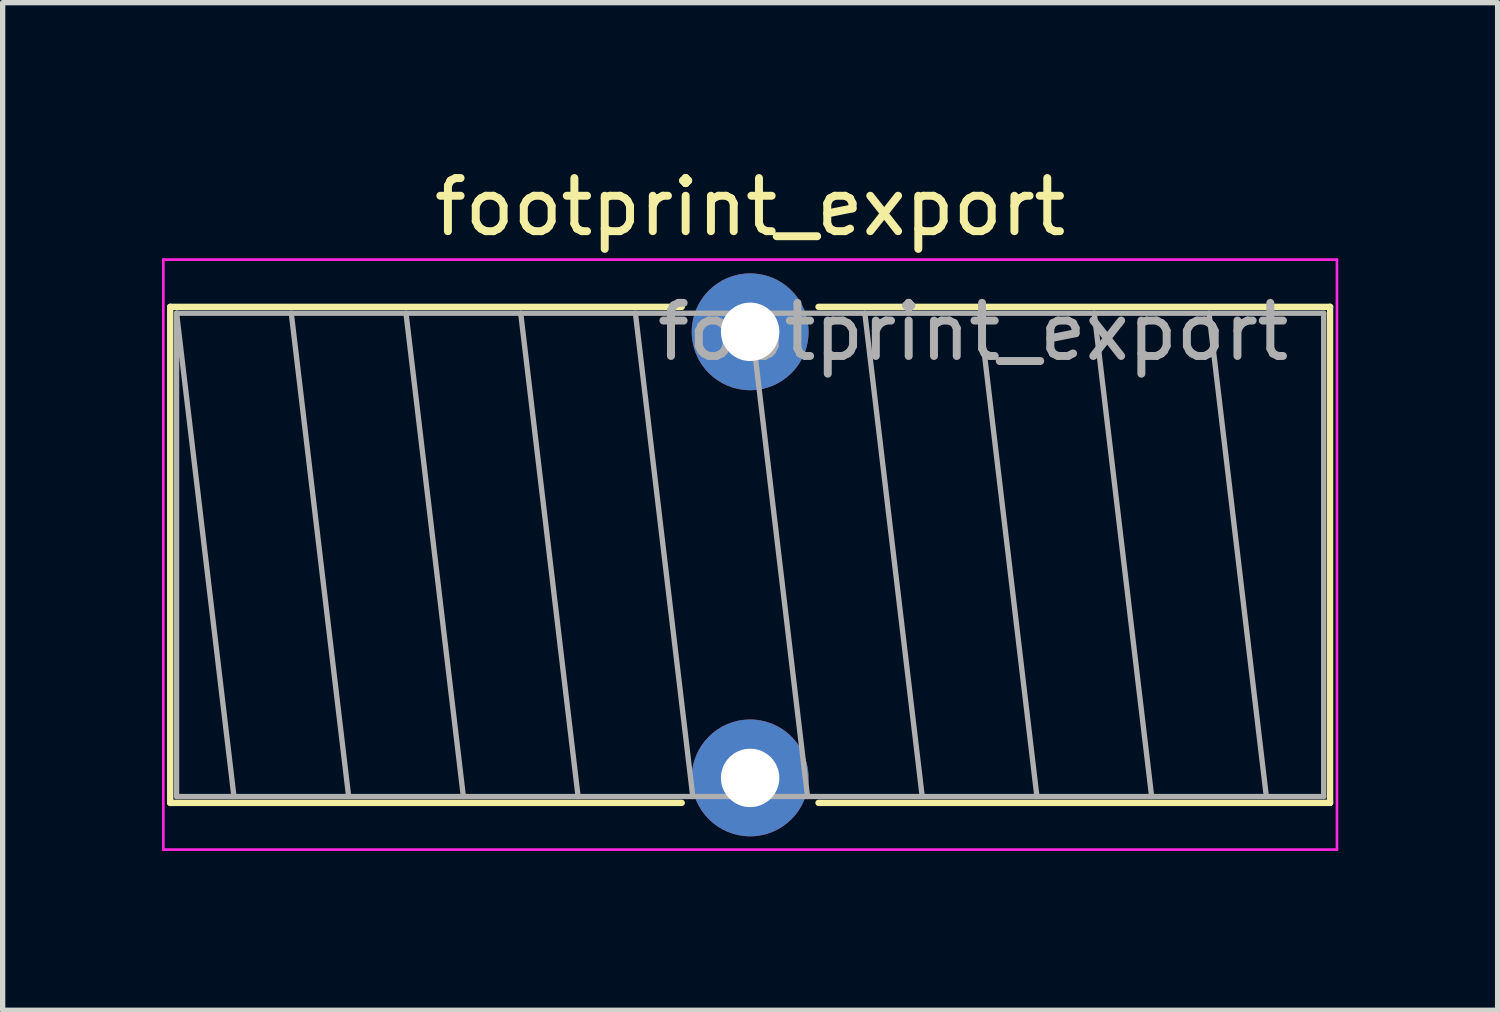
<source format=kicad_pcb>
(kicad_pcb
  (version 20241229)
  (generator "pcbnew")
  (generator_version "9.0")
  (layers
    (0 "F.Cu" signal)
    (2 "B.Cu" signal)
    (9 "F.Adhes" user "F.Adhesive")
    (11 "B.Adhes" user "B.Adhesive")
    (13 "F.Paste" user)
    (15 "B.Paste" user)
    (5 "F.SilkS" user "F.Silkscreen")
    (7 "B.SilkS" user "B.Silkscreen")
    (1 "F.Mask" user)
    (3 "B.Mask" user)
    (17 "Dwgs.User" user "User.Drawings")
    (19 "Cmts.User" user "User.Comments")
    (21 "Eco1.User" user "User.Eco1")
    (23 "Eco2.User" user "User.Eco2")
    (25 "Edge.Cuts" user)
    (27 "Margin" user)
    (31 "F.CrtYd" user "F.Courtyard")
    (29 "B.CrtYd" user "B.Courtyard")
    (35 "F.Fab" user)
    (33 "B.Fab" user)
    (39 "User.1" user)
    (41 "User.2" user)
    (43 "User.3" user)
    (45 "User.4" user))
  (footprint "footprint_export"
    (layer "F.Cu")
    (at 11.075 3.198)
    (property "Reference" "footprint_export" (at 0 -2.35 0) (layer "F.SilkS") (effects (font (size 1 1) (thickness 0.15))))
    (attr through_hole)
    (fp_line (start -10.92 -0.47) (end -10.92 8.87) (stroke (width 0.12) (type solid)) (layer "F.SilkS"))
    (fp_line (start -10.92 -0.47) (end -1.288 -0.47) (stroke (width 0.12) (type solid)) (layer "F.SilkS"))
    (fp_line (start -10.92 8.87) (end -1.288 8.87) (stroke (width 0.12) (type solid)) (layer "F.SilkS"))
    (fp_line (start 1.288 -0.47) (end 10.92 -0.47) (stroke (width 0.12) (type solid)) (layer "F.SilkS"))
    (fp_line (start 1.288 8.87) (end 10.92 8.87) (stroke (width 0.12) (type solid)) (layer "F.SilkS"))
    (fp_line (start 10.92 -0.47) (end 10.92 8.87) (stroke (width 0.12) (type solid)) (layer "F.SilkS"))
    (fp_line (start -11.05 -1.36) (end -11.05 9.75) (stroke (width 0.05) (type solid)) (layer "F.CrtYd"))
    (fp_line (start -11.05 9.75) (end 11.05 9.75) (stroke (width 0.05) (type solid)) (layer "F.CrtYd"))
    (fp_line (start 11.05 -1.36) (end -11.05 -1.36) (stroke (width 0.05) (type solid)) (layer "F.CrtYd"))
    (fp_line (start 11.05 9.75) (end 11.05 -1.36) (stroke (width 0.05) (type solid)) (layer "F.CrtYd"))
    (fp_line (start -10.8 -0.35) (end -10.8 8.75) (stroke (width 0.1) (type solid)) (layer "F.Fab"))
    (fp_line (start -10.8 -0.35) (end -9.72 8.75) (stroke (width 0.1) (type solid)) (layer "F.Fab"))
    (fp_line (start -10.8 8.75) (end 10.8 8.75) (stroke (width 0.1) (type solid)) (layer "F.Fab"))
    (fp_line (start -8.64 -0.35) (end -7.56 8.75) (stroke (width 0.1) (type solid)) (layer "F.Fab"))
    (fp_line (start -6.48 -0.35) (end -5.4 8.75) (stroke (width 0.1) (type solid)) (layer "F.Fab"))
    (fp_line (start -4.32 -0.35) (end -3.24 8.75) (stroke (width 0.1) (type solid)) (layer "F.Fab"))
    (fp_line (start -2.16 -0.35) (end -1.08 8.75) (stroke (width 0.1) (type solid)) (layer "F.Fab"))
    (fp_line (start 0 -0.35) (end 1.08 8.75) (stroke (width 0.1) (type solid)) (layer "F.Fab"))
    (fp_line (start 2.16 -0.35) (end 3.24 8.75) (stroke (width 0.1) (type solid)) (layer "F.Fab"))
    (fp_line (start 4.32 -0.35) (end 5.4 8.75) (stroke (width 0.1) (type solid)) (layer "F.Fab"))
    (fp_line (start 6.48 -0.35) (end 7.56 8.75) (stroke (width 0.1) (type solid)) (layer "F.Fab"))
    (fp_line (start 8.64 -0.35) (end 9.72 8.75) (stroke (width 0.1) (type solid)) (layer "F.Fab"))
    (fp_line (start 10.8 -0.35) (end -10.8 -0.35) (stroke (width 0.1) (type solid)) (layer "F.Fab"))
    (fp_line (start 10.8 8.75) (end 10.8 -0.35) (stroke (width 0.1) (type solid)) (layer "F.Fab"))
    (fp_text user "${REFERENCE}" (at 4.2 0 0) (layer "F.Fab") (effects (font (size 1 1) (thickness 0.15))))
    (pad "1" thru_hole circle (at 0 0) (size 2.2 2.2) (drill 1.1) (layers "*.Cu" "*.Mask"))
    (pad "2" thru_hole circle (at 0 8.4) (size 2.2 2.2) (drill 1.1) (layers "*.Cu" "*.Mask")))
  (gr_rect
    (start -3 -3)
    (end 25.15 15.973)
    (stroke (width 0.1) (type default))
    (fill no)
    (layer "Edge.Cuts")))
</source>
